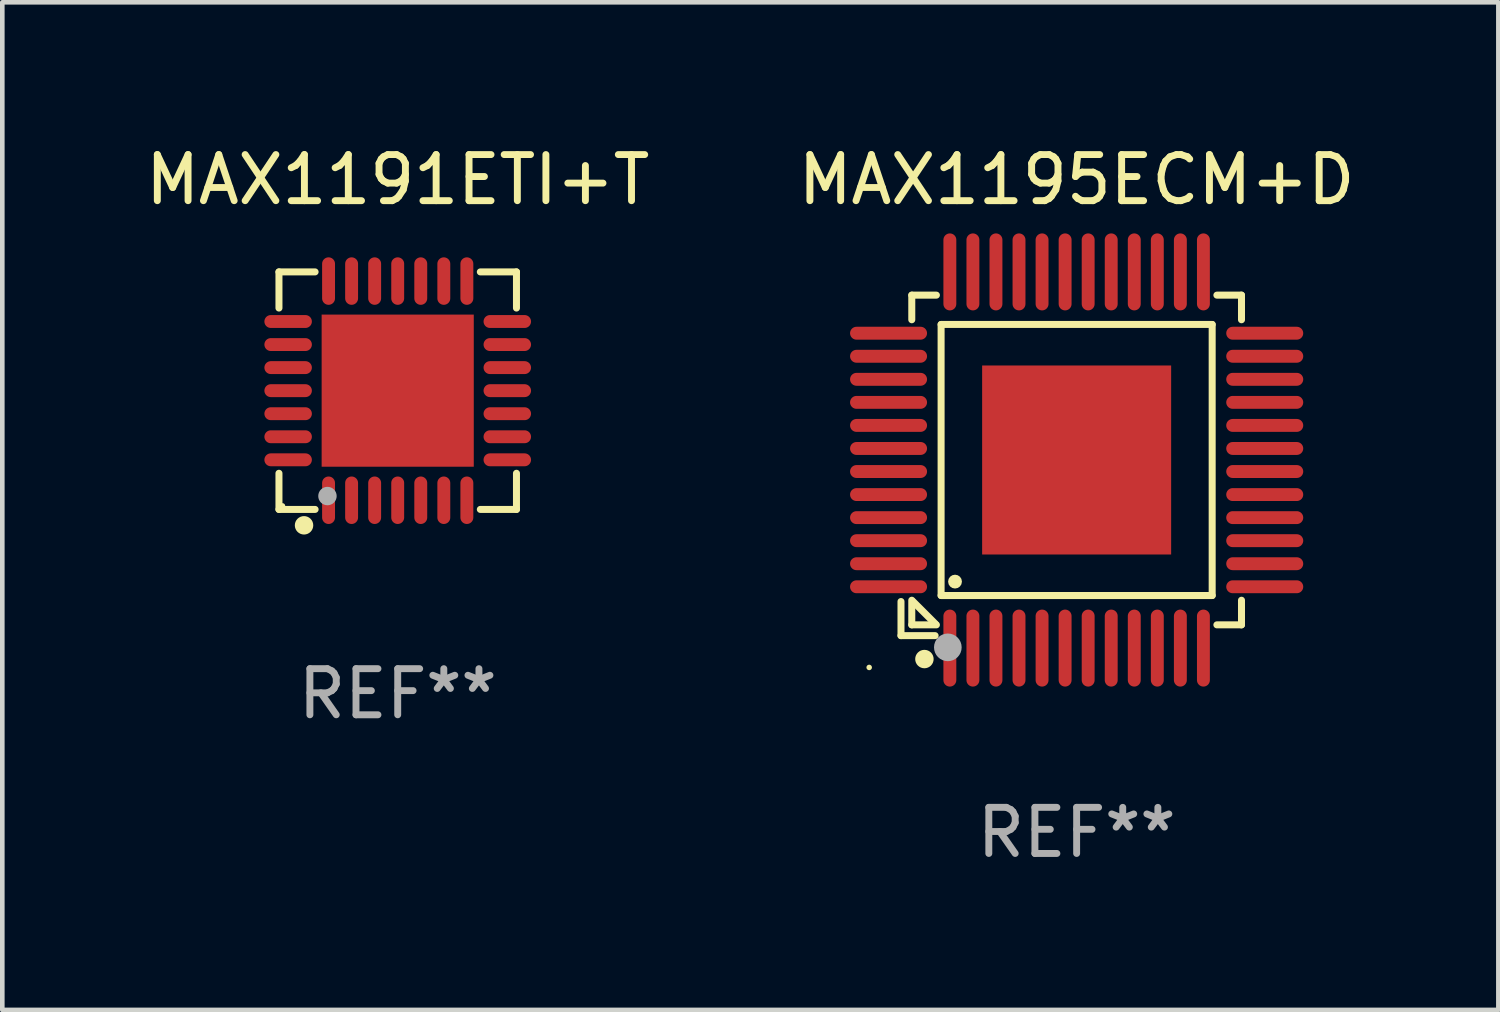
<source format=kicad_pcb>
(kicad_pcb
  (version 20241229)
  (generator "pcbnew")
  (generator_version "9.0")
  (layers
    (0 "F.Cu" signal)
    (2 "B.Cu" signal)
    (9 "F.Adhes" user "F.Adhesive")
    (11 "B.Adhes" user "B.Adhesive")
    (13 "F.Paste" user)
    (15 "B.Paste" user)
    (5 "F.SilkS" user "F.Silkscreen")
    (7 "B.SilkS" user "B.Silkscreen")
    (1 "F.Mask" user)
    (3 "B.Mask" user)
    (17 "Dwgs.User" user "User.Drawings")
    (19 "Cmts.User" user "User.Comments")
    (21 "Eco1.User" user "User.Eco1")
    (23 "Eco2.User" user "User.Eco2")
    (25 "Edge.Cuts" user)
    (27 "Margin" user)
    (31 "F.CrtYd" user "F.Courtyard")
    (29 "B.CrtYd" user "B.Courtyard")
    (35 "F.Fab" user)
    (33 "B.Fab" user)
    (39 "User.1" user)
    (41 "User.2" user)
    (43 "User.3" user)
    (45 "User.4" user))
  (footprint "MAX1195ECM+D"
    (layer "F.Cu")
    (at 20.304 6.928)
    (property "Reference" "MAX1195ECM+D" (at 0 -6.08 0) (layer "F.SilkS") (effects (font (size 1 1) (thickness 0.15))))
    (attr through_hole)
    (fp_line (start -3.81 3.07) (end -3.81 3.81) (stroke (width 0.152) (type solid)) (layer "F.SilkS"))
    (fp_line (start -3.81 3.81) (end -3.07 3.81) (stroke (width 0.152) (type solid)) (layer "F.SilkS"))
    (fp_line (start -3.576 -3.576) (end -3.576 -3.042) (stroke (width 0.152) (type solid)) (layer "F.SilkS"))
    (fp_line (start -3.576 3.576) (end -3.576 3.042) (stroke (width 0.152) (type solid)) (layer "F.SilkS"))
    (fp_line (start -3.549 3.069) (end -3.069 3.549) (stroke (width 0.152) (type solid)) (layer "F.SilkS"))
    (fp_line (start -3.042 -3.576) (end -3.576 -3.576) (stroke (width 0.152) (type solid)) (layer "F.SilkS"))
    (fp_line (start -3.042 3.576) (end -3.576 3.576) (stroke (width 0.152) (type solid)) (layer "F.SilkS"))
    (fp_line (start -2.94 -2.94) (end 2.94 -2.94) (stroke (width 0.152) (type solid)) (layer "F.SilkS"))
    (fp_line (start -2.94 2.94) (end -2.94 -2.94) (stroke (width 0.152) (type solid)) (layer "F.SilkS"))
    (fp_line (start 2.94 -2.94) (end 2.94 2.94) (stroke (width 0.152) (type solid)) (layer "F.SilkS"))
    (fp_line (start 2.94 2.94) (end -2.94 2.94) (stroke (width 0.152) (type solid)) (layer "F.SilkS"))
    (fp_line (start 3.042 -3.576) (end 3.576 -3.576) (stroke (width 0.152) (type solid)) (layer "F.SilkS"))
    (fp_line (start 3.042 3.576) (end 3.576 3.576) (stroke (width 0.152) (type solid)) (layer "F.SilkS"))
    (fp_line (start 3.576 -3.576) (end 3.576 -3.042) (stroke (width 0.152) (type solid)) (layer "F.SilkS"))
    (fp_line (start 3.576 3.576) (end 3.576 3.042) (stroke (width 0.152) (type solid)) (layer "F.SilkS"))
    (fp_circle (center -4.5 4.5) (end -4.47 4.5) (stroke (width 0.06) (type solid)) (fill no) (layer "F.SilkS"))
    (fp_circle (center -3.302 4.318) (end -3.202 4.318) (stroke (width 0.2) (type solid)) (fill no) (layer "F.SilkS"))
    (fp_circle (center -2.638 2.638) (end -2.563 2.638) (stroke (width 0.15) (type solid)) (fill no) (layer "F.SilkS"))
    (fp_circle (center -2.794 4.064) (end -2.644 4.064) (stroke (width 0.3) (type solid)) (fill no) (layer "F.Fab"))
    (fp_text user "REF**" (at 0 8.08 0) (layer "F.Fab") (effects (font (size 1 1) (thickness 0.15))))
    (pad "1" smd oval (at -2.75 4.08) (size 0.28 1.67) (layers "F.Cu" "F.Mask" "F.Paste"))
    (pad "2" smd oval (at -2.25 4.08) (size 0.28 1.67) (layers "F.Cu" "F.Mask" "F.Paste"))
    (pad "3" smd oval (at -1.75 4.08) (size 0.28 1.67) (layers "F.Cu" "F.Mask" "F.Paste"))
    (pad "4" smd oval (at -1.25 4.08) (size 0.28 1.67) (layers "F.Cu" "F.Mask" "F.Paste"))
    (pad "5" smd oval (at -0.75 4.08) (size 0.28 1.67) (layers "F.Cu" "F.Mask" "F.Paste"))
    (pad "6" smd oval (at -0.25 4.08) (size 0.28 1.67) (layers "F.Cu" "F.Mask" "F.Paste"))
    (pad "7" smd oval (at 0.25 4.08) (size 0.28 1.67) (layers "F.Cu" "F.Mask" "F.Paste"))
    (pad "8" smd oval (at 0.75 4.08) (size 0.28 1.67) (layers "F.Cu" "F.Mask" "F.Paste"))
    (pad "9" smd oval (at 1.25 4.08) (size 0.28 1.67) (layers "F.Cu" "F.Mask" "F.Paste"))
    (pad "10" smd oval (at 1.75 4.08) (size 0.28 1.67) (layers "F.Cu" "F.Mask" "F.Paste"))
    (pad "11" smd oval (at 2.25 4.08) (size 0.28 1.67) (layers "F.Cu" "F.Mask" "F.Paste"))
    (pad "12" smd oval (at 2.75 4.08) (size 0.28 1.67) (layers "F.Cu" "F.Mask" "F.Paste"))
    (pad "13" smd oval (at 4.08 2.75) (size 1.67 0.28) (layers "F.Cu" "F.Mask" "F.Paste"))
    (pad "14" smd oval (at 4.08 2.25) (size 1.67 0.28) (layers "F.Cu" "F.Mask" "F.Paste"))
    (pad "15" smd oval (at 4.08 1.75) (size 1.67 0.28) (layers "F.Cu" "F.Mask" "F.Paste"))
    (pad "16" smd oval (at 4.08 1.25) (size 1.67 0.28) (layers "F.Cu" "F.Mask" "F.Paste"))
    (pad "17" smd oval (at 4.08 0.75) (size 1.67 0.28) (layers "F.Cu" "F.Mask" "F.Paste"))
    (pad "18" smd oval (at 4.08 0.25) (size 1.67 0.28) (layers "F.Cu" "F.Mask" "F.Paste"))
    (pad "19" smd oval (at 4.08 -0.25) (size 1.67 0.28) (layers "F.Cu" "F.Mask" "F.Paste"))
    (pad "20" smd oval (at 4.08 -0.75) (size 1.67 0.28) (layers "F.Cu" "F.Mask" "F.Paste"))
    (pad "21" smd oval (at 4.08 -1.25) (size 1.67 0.28) (layers "F.Cu" "F.Mask" "F.Paste"))
    (pad "22" smd oval (at 4.08 -1.75) (size 1.67 0.28) (layers "F.Cu" "F.Mask" "F.Paste"))
    (pad "23" smd oval (at 4.08 -2.25) (size 1.67 0.28) (layers "F.Cu" "F.Mask" "F.Paste"))
    (pad "24" smd oval (at 4.08 -2.75) (size 1.67 0.28) (layers "F.Cu" "F.Mask" "F.Paste"))
    (pad "25" smd oval (at 2.75 -4.08) (size 0.28 1.67) (layers "F.Cu" "F.Mask" "F.Paste"))
    (pad "26" smd oval (at 2.25 -4.08) (size 0.28 1.67) (layers "F.Cu" "F.Mask" "F.Paste"))
    (pad "27" smd oval (at 1.75 -4.08) (size 0.28 1.67) (layers "F.Cu" "F.Mask" "F.Paste"))
    (pad "28" smd oval (at 1.25 -4.08) (size 0.28 1.67) (layers "F.Cu" "F.Mask" "F.Paste"))
    (pad "29" smd oval (at 0.75 -4.08) (size 0.28 1.67) (layers "F.Cu" "F.Mask" "F.Paste"))
    (pad "30" smd oval (at 0.25 -4.08) (size 0.28 1.67) (layers "F.Cu" "F.Mask" "F.Paste"))
    (pad "31" smd oval (at -0.25 -4.08) (size 0.28 1.67) (layers "F.Cu" "F.Mask" "F.Paste"))
    (pad "32" smd oval (at -0.75 -4.08) (size 0.28 1.67) (layers "F.Cu" "F.Mask" "F.Paste"))
    (pad "33" smd oval (at -1.25 -4.08) (size 0.28 1.67) (layers "F.Cu" "F.Mask" "F.Paste"))
    (pad "34" smd oval (at -1.75 -4.08) (size 0.28 1.67) (layers "F.Cu" "F.Mask" "F.Paste"))
    (pad "35" smd oval (at -2.25 -4.08) (size 0.28 1.67) (layers "F.Cu" "F.Mask" "F.Paste"))
    (pad "36" smd oval (at -2.75 -4.08) (size 0.28 1.67) (layers "F.Cu" "F.Mask" "F.Paste"))
    (pad "37" smd oval (at -4.08 -2.75) (size 1.67 0.28) (layers "F.Cu" "F.Mask" "F.Paste"))
    (pad "38" smd oval (at -4.08 -2.25) (size 1.67 0.28) (layers "F.Cu" "F.Mask" "F.Paste"))
    (pad "39" smd oval (at -4.08 -1.75) (size 1.67 0.28) (layers "F.Cu" "F.Mask" "F.Paste"))
    (pad "40" smd oval (at -4.08 -1.25) (size 1.67 0.28) (layers "F.Cu" "F.Mask" "F.Paste"))
    (pad "41" smd oval (at -4.08 -0.75) (size 1.67 0.28) (layers "F.Cu" "F.Mask" "F.Paste"))
    (pad "42" smd oval (at -4.08 -0.25) (size 1.67 0.28) (layers "F.Cu" "F.Mask" "F.Paste"))
    (pad "43" smd oval (at -4.08 0.25) (size 1.67 0.28) (layers "F.Cu" "F.Mask" "F.Paste"))
    (pad "44" smd oval (at -4.08 0.75) (size 1.67 0.28) (layers "F.Cu" "F.Mask" "F.Paste"))
    (pad "45" smd oval (at -4.08 1.25) (size 1.67 0.28) (layers "F.Cu" "F.Mask" "F.Paste"))
    (pad "46" smd oval (at -4.08 1.75) (size 1.67 0.28) (layers "F.Cu" "F.Mask" "F.Paste"))
    (pad "47" smd oval (at -4.08 2.25) (size 1.67 0.28) (layers "F.Cu" "F.Mask" "F.Paste"))
    (pad "48" smd oval (at -4.08 2.75) (size 1.67 0.28) (layers "F.Cu" "F.Mask" "F.Paste"))
    (pad "49" smd rect (at 0 0) (size 4.1 4.1) (layers "F.Cu" "F.Mask" "F.Paste")))
  (footprint "MAX1191ETI+T"
    (layer "F.Cu")
    (at 5.577 5.424)
    (property "Reference" "MAX1191ETI+T" (at 0 -4.576 0) (layer "F.SilkS") (effects (font (size 1 1) (thickness 0.15))))
    (attr through_hole)
    (fp_line (start -2.576 -2.576) (end -2.576 -1.792) (stroke (width 0.152) (type solid)) (layer "F.SilkS"))
    (fp_line (start -2.576 1.792) (end -2.576 2.576) (stroke (width 0.152) (type solid)) (layer "F.SilkS"))
    (fp_line (start -2.576 2.576) (end -1.792 2.576) (stroke (width 0.152) (type solid)) (layer "F.SilkS"))
    (fp_line (start -1.792 -2.576) (end -2.576 -2.576) (stroke (width 0.152) (type solid)) (layer "F.SilkS"))
    (fp_line (start 1.792 -2.576) (end 2.576 -2.576) (stroke (width 0.152) (type solid)) (layer "F.SilkS"))
    (fp_line (start 1.792 2.576) (end 2.576 2.576) (stroke (width 0.152) (type solid)) (layer "F.SilkS"))
    (fp_line (start 2.576 -2.576) (end 2.576 -1.792) (stroke (width 0.152) (type solid)) (layer "F.SilkS"))
    (fp_line (start 2.576 2.576) (end 2.576 1.792) (stroke (width 0.152) (type solid)) (layer "F.SilkS"))
    (fp_circle (center -2.5 2.5) (end -2.47 2.5) (stroke (width 0.06) (type solid)) (fill no) (layer "F.SilkS"))
    (fp_circle (center -2.032 2.921) (end -1.932 2.921) (stroke (width 0.2) (type solid)) (fill no) (layer "F.SilkS"))
    (fp_circle (center -1.524 2.286) (end -1.424 2.286) (stroke (width 0.2) (type solid)) (fill no) (layer "F.Fab"))
    (fp_text user "REF**" (at 0 6.576 0) (layer "F.Fab") (effects (font (size 1 1) (thickness 0.15))))
    (pad "1" smd oval (at -1.5 2.377 90) (size 1.03 0.28) (layers "F.Cu" "F.Mask" "F.Paste"))
    (pad "2" smd oval (at -1 2.377 90) (size 1.03 0.28) (layers "F.Cu" "F.Mask" "F.Paste"))
    (pad "3" smd oval (at -0.5 2.377 90) (size 1.03 0.28) (layers "F.Cu" "F.Mask" "F.Paste"))
    (pad "4" smd oval (at -0.000051 2.377 90) (size 1.03 0.28) (layers "F.Cu" "F.Mask" "F.Paste"))
    (pad "5" smd oval (at 0.5 2.377 90) (size 1.03 0.28) (layers "F.Cu" "F.Mask" "F.Paste"))
    (pad "6" smd oval (at 1 2.377 90) (size 1.03 0.28) (layers "F.Cu" "F.Mask" "F.Paste"))
    (pad "7" smd oval (at 1.5 2.377 90) (size 1.03 0.28) (layers "F.Cu" "F.Mask" "F.Paste"))
    (pad "8" smd oval (at 2.377 1.5 90) (size 0.28 1.03) (layers "F.Cu" "F.Mask" "F.Paste"))
    (pad "9" smd oval (at 2.377 1 90) (size 0.28 1.03) (layers "F.Cu" "F.Mask" "F.Paste"))
    (pad "10" smd oval (at 2.377 0.5 90) (size 0.28 1.03) (layers "F.Cu" "F.Mask" "F.Paste"))
    (pad "11" smd oval (at 2.377 -0.000051 90) (size 0.28 1.03) (layers "F.Cu" "F.Mask" "F.Paste"))
    (pad "12" smd oval (at 2.377 -0.5 90) (size 0.28 1.03) (layers "F.Cu" "F.Mask" "F.Paste"))
    (pad "13" smd oval (at 2.377 -1 90) (size 0.28 1.03) (layers "F.Cu" "F.Mask" "F.Paste"))
    (pad "14" smd oval (at 2.377 -1.5 90) (size 0.28 1.03) (layers "F.Cu" "F.Mask" "F.Paste"))
    (pad "15" smd oval (at 1.5 -2.377 90) (size 1.03 0.28) (layers "F.Cu" "F.Mask" "F.Paste"))
    (pad "16" smd oval (at 1 -2.377 90) (size 1.03 0.28) (layers "F.Cu" "F.Mask" "F.Paste"))
    (pad "17" smd oval (at 0.5 -2.377 90) (size 1.03 0.28) (layers "F.Cu" "F.Mask" "F.Paste"))
    (pad "18" smd oval (at -0.000051 -2.377 90) (size 1.03 0.28) (layers "F.Cu" "F.Mask" "F.Paste"))
    (pad "19" smd oval (at -0.5 -2.377 90) (size 1.03 0.28) (layers "F.Cu" "F.Mask" "F.Paste"))
    (pad "20" smd oval (at -1 -2.377 90) (size 1.03 0.28) (layers "F.Cu" "F.Mask" "F.Paste"))
    (pad "21" smd oval (at -1.5 -2.377 90) (size 1.03 0.28) (layers "F.Cu" "F.Mask" "F.Paste"))
    (pad "22" smd oval (at -2.377 -1.5 90) (size 0.28 1.03) (layers "F.Cu" "F.Mask" "F.Paste"))
    (pad "23" smd oval (at -2.377 -1 90) (size 0.28 1.03) (layers "F.Cu" "F.Mask" "F.Paste"))
    (pad "24" smd oval (at -2.377 -0.5 90) (size 0.28 1.03) (layers "F.Cu" "F.Mask" "F.Paste"))
    (pad "25" smd oval (at -2.377 -0.000051 90) (size 0.28 1.03) (layers "F.Cu" "F.Mask" "F.Paste"))
    (pad "26" smd oval (at -2.377 0.5 90) (size 0.28 1.03) (layers "F.Cu" "F.Mask" "F.Paste"))
    (pad "27" smd oval (at -2.377 1 90) (size 0.28 1.03) (layers "F.Cu" "F.Mask" "F.Paste"))
    (pad "28" smd oval (at -2.377 1.5 90) (size 0.28 1.03) (layers "F.Cu" "F.Mask" "F.Paste"))
    (pad "29" smd rect (at -0.000051 -0.000051 90) (size 3.3 3.3) (layers "F.Cu" "F.Mask" "F.Paste")))
  (gr_rect
    (start -3 -3)
    (end 29.452 18.857)
    (stroke (width 0.1) (type default))
    (fill no)
    (layer "Edge.Cuts")))
</source>
